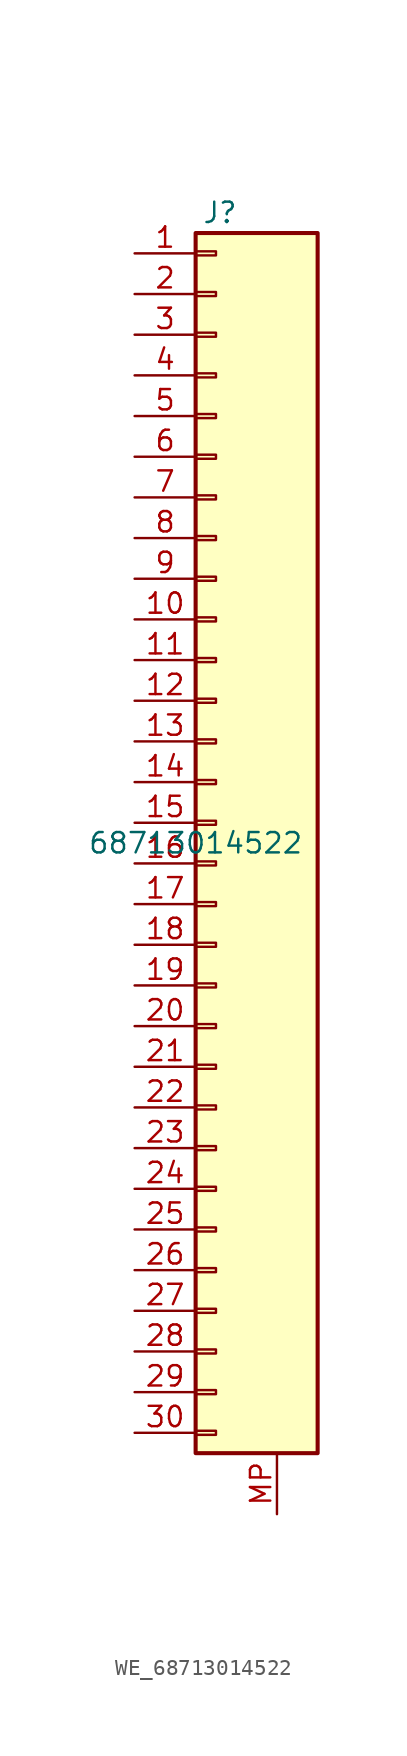
<source format=kicad_sym>
(kicad_symbol_lib
  (version 20231120)
  (generator "kicad_symbol_editor")
  (generator_version "8.0")
  (symbol "WE_68713014522"
    (pin_names hide)
    (property "Reference" "J"
      (at 1.524 39.37 0)
      (effects (font (size 1.27 1.27))))
    (property "Value" "68713014522"
      (at 0 0 0)
      (effects (font (size 1.27 1.27))))
    (symbol "WE_68713014522_1_1"
      (rectangle (start 0 -36.703) (end 1.27 -36.957) (stroke (width 0.152) (type default)) (fill (type none)))
      (rectangle (start 0 -34.163) (end 1.27 -34.417) (stroke (width 0.152) (type default)) (fill (type none)))
      (rectangle (start 0 -31.623) (end 1.27 -31.877) (stroke (width 0.152) (type default)) (fill (type none)))
      (rectangle (start 0 -29.083) (end 1.27 -29.337) (stroke (width 0.152) (type default)) (fill (type none)))
      (rectangle (start 0 -26.543) (end 1.27 -26.797) (stroke (width 0.152) (type default)) (fill (type none)))
      (rectangle (start 0 -24.003) (end 1.27 -24.257) (stroke (width 0.152) (type default)) (fill (type none)))
      (rectangle (start 0 -21.463) (end 1.27 -21.717) (stroke (width 0.152) (type default)) (fill (type none)))
      (rectangle (start 0 -18.923) (end 1.27 -19.177) (stroke (width 0.152) (type default)) (fill (type none)))
      (rectangle (start 0 -16.383) (end 1.27 -16.637) (stroke (width 0.152) (type default)) (fill (type none)))
      (rectangle (start 0 -13.843) (end 1.27 -14.097) (stroke (width 0.152) (type default)) (fill (type none)))
      (rectangle (start 0 -11.303) (end 1.27 -11.557) (stroke (width 0.152) (type default)) (fill (type none)))
      (rectangle (start 0 -8.763) (end 1.27 -9.017) (stroke (width 0.152) (type default)) (fill (type none)))
      (rectangle (start 0 -6.223) (end 1.27 -6.477) (stroke (width 0.152) (type default)) (fill (type none)))
      (rectangle (start 0 -3.683) (end 1.27 -3.937) (stroke (width 0.152) (type default)) (fill (type none)))
      (rectangle (start 0 -1.143) (end 1.27 -1.397) (stroke (width 0.152) (type default)) (fill (type none)))
      (rectangle (start 0 1.397) (end 1.27 1.143) (stroke (width 0.152) (type default)) (fill (type none)))
      (rectangle (start 0 3.937) (end 1.27 3.683) (stroke (width 0.152) (type default)) (fill (type none)))
      (rectangle (start 0 6.477) (end 1.27 6.223) (stroke (width 0.152) (type default)) (fill (type none)))
      (rectangle (start 0 9.017) (end 1.27 8.763) (stroke (width 0.152) (type default)) (fill (type none)))
      (rectangle (start 0 11.557) (end 1.27 11.303) (stroke (width 0.152) (type default)) (fill (type none)))
      (rectangle (start 0 14.097) (end 1.27 13.843) (stroke (width 0.152) (type default)) (fill (type none)))
      (rectangle (start 0 16.637) (end 1.27 16.383) (stroke (width 0.152) (type default)) (fill (type none)))
      (rectangle (start 0 19.177) (end 1.27 18.923) (stroke (width 0.152) (type default)) (fill (type none)))
      (rectangle (start 0 21.717) (end 1.27 21.463) (stroke (width 0.152) (type default)) (fill (type none)))
      (rectangle (start 0 24.257) (end 1.27 24.003) (stroke (width 0.152) (type default)) (fill (type none)))
      (rectangle (start 0 26.797) (end 1.27 26.543) (stroke (width 0.152) (type default)) (fill (type none)))
      (rectangle (start 0 29.337) (end 1.27 29.083) (stroke (width 0.152) (type default)) (fill (type none)))
      (rectangle (start 0 31.877) (end 1.27 31.623) (stroke (width 0.152) (type default)) (fill (type none)))
      (rectangle (start 0 34.417) (end 1.27 34.163) (stroke (width 0.152) (type default)) (fill (type none)))
      (rectangle (start 0 36.957) (end 1.27 36.703) (stroke (width 0.152) (type default)) (fill (type none)))
      (rectangle (start 0 38.1) (end 7.62 -38.1) (stroke (width 0.254) (type default)) (fill (type background)))
      (pin passive line (at -3.81 36.83 0) (length 3.81) (name "Pin_1" (effects (font (size 1.27 1.27)))) (number "1" (effects (font (size 1.27 1.27)))))
      (pin passive line (at -3.81 13.97 0) (length 3.81) (name "Pin_10" (effects (font (size 1.27 1.27)))) (number "10" (effects (font (size 1.27 1.27)))))
      (pin passive line (at -3.81 11.43 0) (length 3.81) (name "Pin_11" (effects (font (size 1.27 1.27)))) (number "11" (effects (font (size 1.27 1.27)))))
      (pin passive line (at -3.81 8.89 0) (length 3.81) (name "Pin_12" (effects (font (size 1.27 1.27)))) (number "12" (effects (font (size 1.27 1.27)))))
      (pin passive line (at -3.81 6.35 0) (length 3.81) (name "Pin_13" (effects (font (size 1.27 1.27)))) (number "13" (effects (font (size 1.27 1.27)))))
      (pin passive line (at -3.81 3.81 0) (length 3.81) (name "Pin_14" (effects (font (size 1.27 1.27)))) (number "14" (effects (font (size 1.27 1.27)))))
      (pin passive line (at -3.81 1.27 0) (length 3.81) (name "Pin_15" (effects (font (size 1.27 1.27)))) (number "15" (effects (font (size 1.27 1.27)))))
      (pin passive line (at -3.81 -1.27 0) (length 3.81) (name "Pin_16" (effects (font (size 1.27 1.27)))) (number "16" (effects (font (size 1.27 1.27)))))
      (pin passive line (at -3.81 -3.81 0) (length 3.81) (name "Pin_17" (effects (font (size 1.27 1.27)))) (number "17" (effects (font (size 1.27 1.27)))))
      (pin passive line (at -3.81 -6.35 0) (length 3.81) (name "Pin_18" (effects (font (size 1.27 1.27)))) (number "18" (effects (font (size 1.27 1.27)))))
      (pin passive line (at -3.81 -8.89 0) (length 3.81) (name "Pin_19" (effects (font (size 1.27 1.27)))) (number "19" (effects (font (size 1.27 1.27)))))
      (pin passive line (at -3.81 34.29 0) (length 3.81) (name "Pin_2" (effects (font (size 1.27 1.27)))) (number "2" (effects (font (size 1.27 1.27)))))
      (pin passive line (at -3.81 -11.43 0) (length 3.81) (name "Pin_20" (effects (font (size 1.27 1.27)))) (number "20" (effects (font (size 1.27 1.27)))))
      (pin passive line (at -3.81 -13.97 0) (length 3.81) (name "Pin_21" (effects (font (size 1.27 1.27)))) (number "21" (effects (font (size 1.27 1.27)))))
      (pin passive line (at -3.81 -16.51 0) (length 3.81) (name "Pin_22" (effects (font (size 1.27 1.27)))) (number "22" (effects (font (size 1.27 1.27)))))
      (pin passive line (at -3.81 -19.05 0) (length 3.81) (name "Pin_23" (effects (font (size 1.27 1.27)))) (number "23" (effects (font (size 1.27 1.27)))))
      (pin passive line (at -3.81 -21.59 0) (length 3.81) (name "Pin_24" (effects (font (size 1.27 1.27)))) (number "24" (effects (font (size 1.27 1.27)))))
      (pin passive line (at -3.81 -24.13 0) (length 3.81) (name "Pin_25" (effects (font (size 1.27 1.27)))) (number "25" (effects (font (size 1.27 1.27)))))
      (pin passive line (at -3.81 -26.67 0) (length 3.81) (name "Pin_26" (effects (font (size 1.27 1.27)))) (number "26" (effects (font (size 1.27 1.27)))))
      (pin passive line (at -3.81 -29.21 0) (length 3.81) (name "Pin_27" (effects (font (size 1.27 1.27)))) (number "27" (effects (font (size 1.27 1.27)))))
      (pin passive line (at -3.81 -31.75 0) (length 3.81) (name "Pin_28" (effects (font (size 1.27 1.27)))) (number "28" (effects (font (size 1.27 1.27)))))
      (pin passive line (at -3.81 -34.29 0) (length 3.81) (name "Pin_29" (effects (font (size 1.27 1.27)))) (number "29" (effects (font (size 1.27 1.27)))))
      (pin passive line (at -3.81 31.75 0) (length 3.81) (name "Pin_3" (effects (font (size 1.27 1.27)))) (number "3" (effects (font (size 1.27 1.27)))))
      (pin passive line (at -3.81 -36.83 0) (length 3.81) (name "Pin_30" (effects (font (size 1.27 1.27)))) (number "30" (effects (font (size 1.27 1.27)))))
      (pin passive line (at -3.81 29.21 0) (length 3.81) (name "Pin_4" (effects (font (size 1.27 1.27)))) (number "4" (effects (font (size 1.27 1.27)))))
      (pin passive line (at -3.81 26.67 0) (length 3.81) (name "Pin_5" (effects (font (size 1.27 1.27)))) (number "5" (effects (font (size 1.27 1.27)))))
      (pin passive line (at -3.81 24.13 0) (length 3.81) (name "Pin_6" (effects (font (size 1.27 1.27)))) (number "6" (effects (font (size 1.27 1.27)))))
      (pin passive line (at -3.81 21.59 0) (length 3.81) (name "Pin_7" (effects (font (size 1.27 1.27)))) (number "7" (effects (font (size 1.27 1.27)))))
      (pin passive line (at -3.81 19.05 0) (length 3.81) (name "Pin_8" (effects (font (size 1.27 1.27)))) (number "8" (effects (font (size 1.27 1.27)))))
      (pin passive line (at -3.81 16.51 0) (length 3.81) (name "Pin_9" (effects (font (size 1.27 1.27)))) (number "9" (effects (font (size 1.27 1.27)))))
      (pin passive line (at 5.08 -41.91 90) (length 3.81) (name "MP" (effects (font (size 1.27 1.27)))) (number "MP" (effects (font (size 1.27 1.27))))))))
</source>
